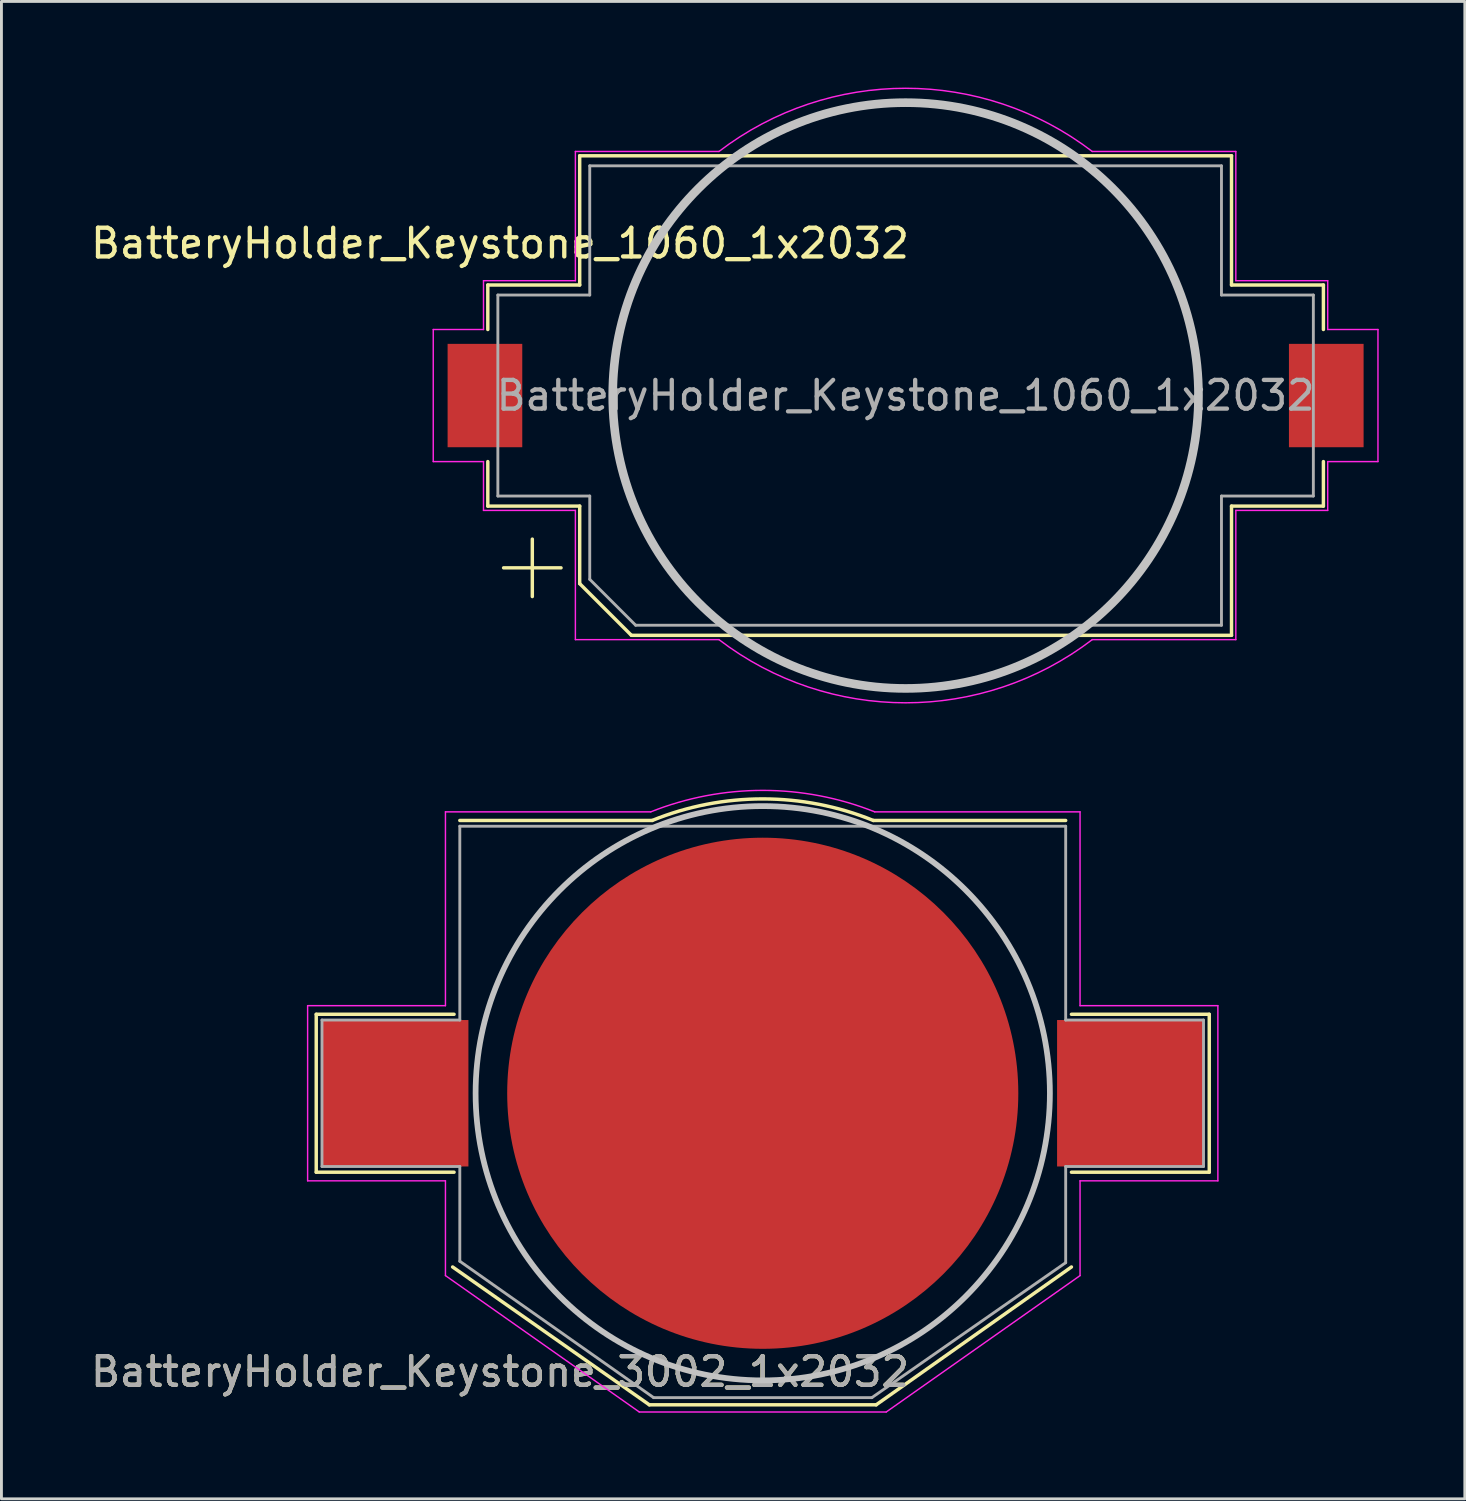
<source format=kicad_pcb>
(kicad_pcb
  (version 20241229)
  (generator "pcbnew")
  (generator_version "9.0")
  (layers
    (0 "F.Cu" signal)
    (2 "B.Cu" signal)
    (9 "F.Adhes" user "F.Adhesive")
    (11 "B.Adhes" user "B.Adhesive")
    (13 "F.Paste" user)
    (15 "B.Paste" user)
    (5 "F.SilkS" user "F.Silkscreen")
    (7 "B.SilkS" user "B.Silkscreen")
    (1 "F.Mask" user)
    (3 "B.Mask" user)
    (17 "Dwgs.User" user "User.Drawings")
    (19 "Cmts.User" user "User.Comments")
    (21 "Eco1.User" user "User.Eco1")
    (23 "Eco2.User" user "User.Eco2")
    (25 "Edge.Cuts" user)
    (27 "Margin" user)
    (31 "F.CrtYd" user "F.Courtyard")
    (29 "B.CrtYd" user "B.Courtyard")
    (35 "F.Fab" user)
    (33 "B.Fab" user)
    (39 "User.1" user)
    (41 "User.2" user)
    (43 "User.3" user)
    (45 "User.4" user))
  (footprint "BatteryHolder_Keystone_1060_1x2032"
    (layer "F.Cu")
    (at 28.488 10.725)
    (property "Reference" "BatteryHolder_Keystone_1060_1x2032" (at -14.125 -5.3 0) (layer "F.SilkS") (effects (font (size 1 1) (thickness 0.15))))
    (attr smd)
    (fp_line (start -14.55 -3.85) (end -14.55 -2.3) (stroke (width 0.12) (type solid)) (layer "F.SilkS"))
    (fp_line (start -14.55 3.85) (end -14.55 2.3) (stroke (width 0.12) (type solid)) (layer "F.SilkS"))
    (fp_line (start -13 5) (end -13 7) (stroke (width 0.12) (type solid)) (layer "F.SilkS"))
    (fp_line (start -12 6) (end -14 6) (stroke (width 0.12) (type solid)) (layer "F.SilkS"))
    (fp_line (start -11.35 -8.35) (end -11.35 -3.85) (stroke (width 0.12) (type solid)) (layer "F.SilkS"))
    (fp_line (start -11.35 -8.35) (end 11.35 -8.35) (stroke (width 0.12) (type solid)) (layer "F.SilkS"))
    (fp_line (start -11.35 -3.85) (end -14.55 -3.85) (stroke (width 0.12) (type solid)) (layer "F.SilkS"))
    (fp_line (start -11.35 3.85) (end -14.55 3.85) (stroke (width 0.12) (type solid)) (layer "F.SilkS"))
    (fp_line (start -11.35 6.55) (end -11.35 3.85) (stroke (width 0.12) (type solid)) (layer "F.SilkS"))
    (fp_line (start -9.55 8.35) (end -11.35 6.55) (stroke (width 0.12) (type solid)) (layer "F.SilkS"))
    (fp_line (start 11.35 -8.35) (end 11.35 -3.85) (stroke (width 0.12) (type solid)) (layer "F.SilkS"))
    (fp_line (start 11.35 -3.85) (end 14.55 -3.85) (stroke (width 0.12) (type solid)) (layer "F.SilkS"))
    (fp_line (start 11.35 3.85) (end 14.55 3.85) (stroke (width 0.12) (type solid)) (layer "F.SilkS"))
    (fp_line (start 11.35 8.35) (end -9.55 8.35) (stroke (width 0.12) (type solid)) (layer "F.SilkS"))
    (fp_line (start 11.35 8.35) (end 11.35 3.85) (stroke (width 0.12) (type solid)) (layer "F.SilkS"))
    (fp_line (start 14.55 -3.85) (end 14.55 -2.3) (stroke (width 0.12) (type solid)) (layer "F.SilkS"))
    (fp_line (start 14.55 3.85) (end 14.55 2.3) (stroke (width 0.12) (type solid)) (layer "F.SilkS"))
    (fp_circle (center 0 0) (end -10.2 0) (stroke (width 0.3) (type solid)) (fill no) (layer "Dwgs.User"))
    (fp_line (start -16.45 2.3) (end -16.45 -2.3) (stroke (width 0.05) (type solid)) (layer "F.CrtYd"))
    (fp_line (start -14.7 -4) (end -11.5 -4) (stroke (width 0.05) (type solid)) (layer "F.CrtYd"))
    (fp_line (start -14.7 -2.3) (end -16.45 -2.3) (stroke (width 0.05) (type solid)) (layer "F.CrtYd"))
    (fp_line (start -14.7 -2.3) (end -14.7 -4) (stroke (width 0.05) (type solid)) (layer "F.CrtYd"))
    (fp_line (start -14.7 2.3) (end -16.45 2.3) (stroke (width 0.05) (type solid)) (layer "F.CrtYd"))
    (fp_line (start -14.7 4) (end -14.7 2.3) (stroke (width 0.05) (type solid)) (layer "F.CrtYd"))
    (fp_line (start -14.7 4) (end -11.5 4) (stroke (width 0.05) (type solid)) (layer "F.CrtYd"))
    (fp_line (start -11.5 -8.5) (end -6.5 -8.5) (stroke (width 0.05) (type solid)) (layer "F.CrtYd"))
    (fp_line (start -11.5 -4) (end -11.5 -8.5) (stroke (width 0.05) (type solid)) (layer "F.CrtYd"))
    (fp_line (start -11.5 4) (end -11.5 8.5) (stroke (width 0.05) (type solid)) (layer "F.CrtYd"))
    (fp_line (start -6.5 8.5) (end -11.5 8.5) (stroke (width 0.05) (type solid)) (layer "F.CrtYd"))
    (fp_line (start 11.5 -8.5) (end 6.5 -8.5) (stroke (width 0.05) (type solid)) (layer "F.CrtYd"))
    (fp_line (start 11.5 -8.5) (end 11.5 -4) (stroke (width 0.05) (type solid)) (layer "F.CrtYd"))
    (fp_line (start 11.5 -4) (end 14.7 -4) (stroke (width 0.05) (type solid)) (layer "F.CrtYd"))
    (fp_line (start 11.5 4) (end 11.5 8.5) (stroke (width 0.05) (type solid)) (layer "F.CrtYd"))
    (fp_line (start 11.5 8.5) (end 6.5 8.5) (stroke (width 0.05) (type solid)) (layer "F.CrtYd"))
    (fp_line (start 14.7 -4) (end 14.7 -2.3) (stroke (width 0.05) (type solid)) (layer "F.CrtYd"))
    (fp_line (start 14.7 -2.3) (end 16.45 -2.3) (stroke (width 0.05) (type solid)) (layer "F.CrtYd"))
    (fp_line (start 14.7 2.3) (end 14.7 4) (stroke (width 0.05) (type solid)) (layer "F.CrtYd"))
    (fp_line (start 14.7 4) (end 11.5 4) (stroke (width 0.05) (type solid)) (layer "F.CrtYd"))
    (fp_line (start 16.45 -2.3) (end 16.45 2.3) (stroke (width 0.05) (type solid)) (layer "F.CrtYd"))
    (fp_line (start 16.45 2.3) (end 14.7 2.3) (stroke (width 0.05) (type solid)) (layer "F.CrtYd"))
    (fp_arc (start -6.499999 -8.5) (mid 0 -10.700467) (end 6.5 -8.5) (stroke (width 0.05) (type solid)) (layer "F.CrtYd"))
    (fp_arc (start 6.499999 8.5) (mid 0 10.700467) (end -6.5 8.5) (stroke (width 0.05) (type solid)) (layer "F.CrtYd"))
    (fp_line (start -14.2 -3.5) (end -11 -3.5) (stroke (width 0.1) (type solid)) (layer "F.Fab"))
    (fp_line (start -14.2 3.5) (end -14.2 -3.5) (stroke (width 0.1) (type solid)) (layer "F.Fab"))
    (fp_line (start -11 -8) (end -11 -3.5) (stroke (width 0.1) (type solid)) (layer "F.Fab"))
    (fp_line (start -11 3.5) (end -14.2 3.5) (stroke (width 0.1) (type solid)) (layer "F.Fab"))
    (fp_line (start -11 6.4) (end -11 3.5) (stroke (width 0.1) (type solid)) (layer "F.Fab"))
    (fp_line (start -9.4 8) (end -11 6.4) (stroke (width 0.1) (type solid)) (layer "F.Fab"))
    (fp_line (start 11 -8) (end -11 -8) (stroke (width 0.1) (type solid)) (layer "F.Fab"))
    (fp_line (start 11 -8) (end 11 -3.5) (stroke (width 0.1) (type solid)) (layer "F.Fab"))
    (fp_line (start 11 3.5) (end 14.2 3.5) (stroke (width 0.1) (type solid)) (layer "F.Fab"))
    (fp_line (start 11 8) (end -9.4 8) (stroke (width 0.1) (type solid)) (layer "F.Fab"))
    (fp_line (start 11 8) (end 11 3.5) (stroke (width 0.1) (type solid)) (layer "F.Fab"))
    (fp_line (start 14.2 -3.5) (end 11 -3.5) (stroke (width 0.1) (type solid)) (layer "F.Fab"))
    (fp_line (start 14.2 3.5) (end 14.2 -3.5) (stroke (width 0.1) (type solid)) (layer "F.Fab"))
    (fp_text user "${REFERENCE}" (at 0 0 0) (layer "F.Fab") (effects (font (size 1 1) (thickness 0.15))))
    (pad "1" smd rect (at -14.65 0 180) (size 2.6 3.6) (layers "F.Cu" "F.Mask" "F.Paste"))
    (pad "2" smd rect (at 14.65 0 180) (size 2.6 3.6) (layers "F.Cu" "F.Mask" "F.Paste")))
  (footprint "BatteryHolder_Keystone_3002_1x2032"
    (layer "F.Cu")
    (at 23.513 35.023)
    (property "Reference" "BatteryHolder_Keystone_3002_1x2032" (at -9.15 9.7 0) (layer "F.SilkS") (effects (font (size 1 1) (thickness 0.15))))
    (attr smd)
    (fp_line (start -15.55 -2.75) (end -15.55 2.75) (stroke (width 0.12) (type solid)) (layer "F.SilkS"))
    (fp_line (start -15.55 2.75) (end -10.75 2.75) (stroke (width 0.12) (type solid)) (layer "F.SilkS"))
    (fp_line (start -10.8 6.05) (end -3.95 10.85) (stroke (width 0.12) (type solid)) (layer "F.SilkS"))
    (fp_line (start -10.75 -2.75) (end -15.55 -2.75) (stroke (width 0.12) (type solid)) (layer "F.SilkS"))
    (fp_line (start -10.55 -9.5) (end -3.85 -9.5) (stroke (width 0.12) (type solid)) (layer "F.SilkS"))
    (fp_line (start -3.95 10.85) (end 3.95 10.85) (stroke (width 0.12) (type solid)) (layer "F.SilkS"))
    (fp_line (start 3.95 10.85) (end 10.75 6.05) (stroke (width 0.12) (type solid)) (layer "F.SilkS"))
    (fp_line (start 10.55 -9.5) (end 3.85 -9.5) (stroke (width 0.12) (type solid)) (layer "F.SilkS"))
    (fp_line (start 10.75 2.75) (end 15.55 2.75) (stroke (width 0.12) (type solid)) (layer "F.SilkS"))
    (fp_line (start 15.55 -2.75) (end 10.75 -2.75) (stroke (width 0.12) (type solid)) (layer "F.SilkS"))
    (fp_line (start 15.55 2.75) (end 15.55 -2.75) (stroke (width 0.12) (type solid)) (layer "F.SilkS"))
    (fp_arc (start -3.846385 -9.501464) (mid 0.00195 -10.250487) (end 3.85 -9.5) (stroke (width 0.12) (type solid)) (layer "F.SilkS"))
    (fp_circle (center 0 0) (end 10 0) (stroke (width 0.2) (type solid)) (fill no) (layer "Dwgs.User"))
    (fp_line (start -15.85 -3.05) (end -11.05 -3.05) (stroke (width 0.05) (type solid)) (layer "F.CrtYd"))
    (fp_line (start -15.85 3.05) (end -15.85 -3.05) (stroke (width 0.05) (type solid)) (layer "F.CrtYd"))
    (fp_line (start -11.05 -9.8) (end -3.9 -9.8) (stroke (width 0.05) (type solid)) (layer "F.CrtYd"))
    (fp_line (start -11.05 -3.05) (end -11.05 -9.8) (stroke (width 0.05) (type solid)) (layer "F.CrtYd"))
    (fp_line (start -11.05 3.05) (end -15.85 3.05) (stroke (width 0.05) (type solid)) (layer "F.CrtYd"))
    (fp_line (start -11.05 6.35) (end -11.05 3.05) (stroke (width 0.05) (type solid)) (layer "F.CrtYd"))
    (fp_line (start -4.3 11.1) (end -11.05 6.35) (stroke (width 0.05) (type solid)) (layer "F.CrtYd"))
    (fp_line (start 4.3 11.1) (end -4.3 11.1) (stroke (width 0.05) (type solid)) (layer "F.CrtYd"))
    (fp_line (start 11.05 -9.8) (end 3.9 -9.8) (stroke (width 0.05) (type solid)) (layer "F.CrtYd"))
    (fp_line (start 11.05 -9.8) (end 11.05 -3.05) (stroke (width 0.05) (type solid)) (layer "F.CrtYd"))
    (fp_line (start 11.05 -3.05) (end 15.85 -3.05) (stroke (width 0.05) (type solid)) (layer "F.CrtYd"))
    (fp_line (start 11.05 3.05) (end 11.05 6.35) (stroke (width 0.05) (type solid)) (layer "F.CrtYd"))
    (fp_line (start 11.05 6.35) (end 4.3 11.1) (stroke (width 0.05) (type solid)) (layer "F.CrtYd"))
    (fp_line (start 15.85 -3.05) (end 15.85 3.05) (stroke (width 0.05) (type solid)) (layer "F.CrtYd"))
    (fp_line (start 15.85 3.05) (end 11.05 3.05) (stroke (width 0.05) (type solid)) (layer "F.CrtYd"))
    (fp_arc (start -3.9 -9.8) (mid 0 -10.547512) (end 3.9 -9.8) (stroke (width 0.05) (type solid)) (layer "F.CrtYd"))
    (fp_line (start -15.35 -2.55) (end -15.35 2.55) (stroke (width 0.1) (type solid)) (layer "F.Fab"))
    (fp_line (start -15.35 -2.55) (end -10.55 -2.55) (stroke (width 0.1) (type solid)) (layer "F.Fab"))
    (fp_line (start -15.35 2.55) (end -10.55 2.55) (stroke (width 0.1) (type solid)) (layer "F.Fab"))
    (fp_line (start -10.55 -2.55) (end -10.55 -9.3) (stroke (width 0.1) (type solid)) (layer "F.Fab"))
    (fp_line (start -10.55 2.55) (end -10.55 5.85) (stroke (width 0.1) (type solid)) (layer "F.Fab"))
    (fp_line (start -10.55 5.85) (end -3.8 10.6) (stroke (width 0.1) (type solid)) (layer "F.Fab"))
    (fp_line (start -3.8 10.6) (end 3.8 10.6) (stroke (width 0.1) (type solid)) (layer "F.Fab"))
    (fp_line (start 10.55 -9.3) (end -10.55 -9.3) (stroke (width 0.1) (type solid)) (layer "F.Fab"))
    (fp_line (start 10.55 -2.55) (end 10.55 -9.3) (stroke (width 0.1) (type solid)) (layer "F.Fab"))
    (fp_line (start 10.55 2.55) (end 10.55 5.9) (stroke (width 0.1) (type solid)) (layer "F.Fab"))
    (fp_line (start 10.55 2.55) (end 15.35 2.55) (stroke (width 0.1) (type solid)) (layer "F.Fab"))
    (fp_line (start 10.55 5.9) (end 3.8 10.6) (stroke (width 0.1) (type solid)) (layer "F.Fab"))
    (fp_line (start 15.35 -2.55) (end 10.55 -2.55) (stroke (width 0.1) (type solid)) (layer "F.Fab"))
    (fp_line (start 15.35 2.55) (end 15.35 -2.55) (stroke (width 0.1) (type solid)) (layer "F.Fab"))
    (fp_text user "${REFERENCE}" (at -9.15 9.7 0) (layer "F.Fab") (effects (font (size 1 1) (thickness 0.15))))
    (pad "1" smd rect (at -12.8 0) (size 5.1 5.1) (layers "F.Cu" "F.Mask" "F.Paste"))
    (pad "1" smd rect (at 12.8 0) (size 5.1 5.1) (layers "F.Cu" "F.Mask" "F.Paste"))
    (pad "2" smd circle (at 0 0) (size 17.8 17.8) (layers "F.Cu" "F.Mask")))
  (gr_rect
    (start -3 -3)
    (end 47.963 49.148)
    (stroke (width 0.1) (type default))
    (fill no)
    (layer "Edge.Cuts")))
</source>
